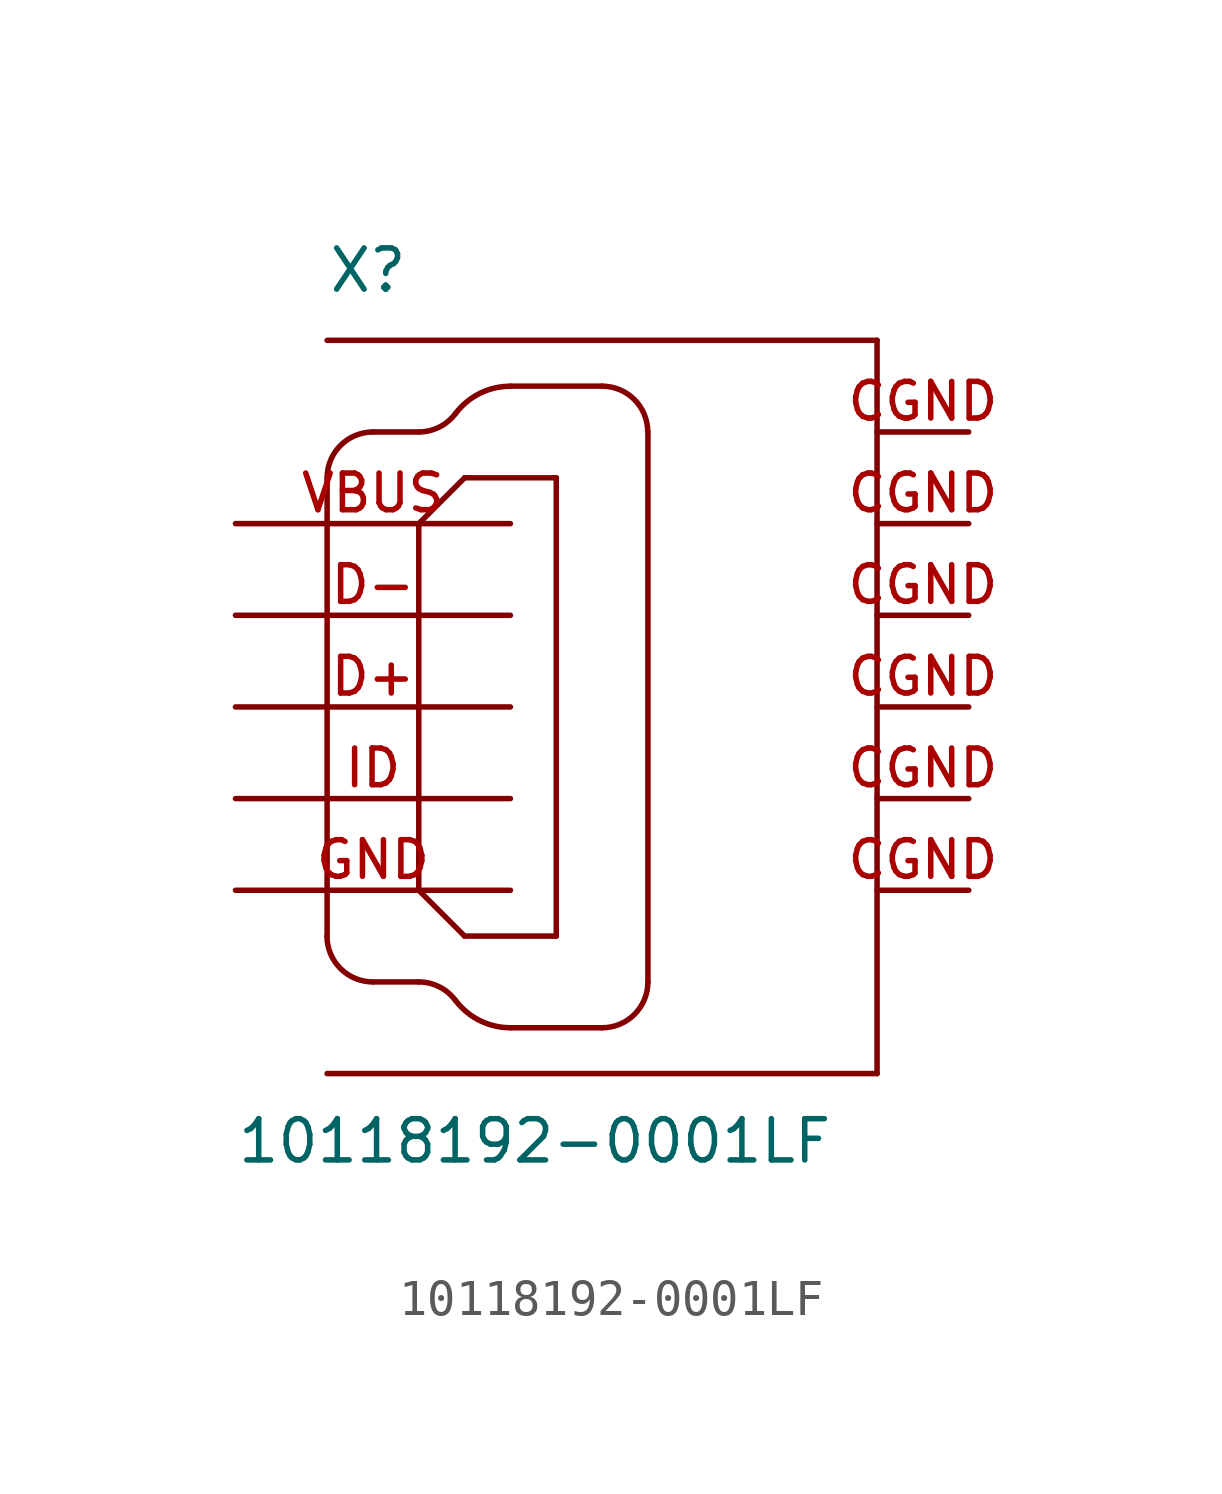
<source format=kicad_sym>
(kicad_symbol_lib
  (version 20211014)
  (generator kicad_symbol_editor)
  (symbol "10118192-0001LF"
    (pin_names
      (offset 1.016) hide)
    (property "Reference" "X"
      (at -5.08 11.43 0)
      (effects (font (size 1.143 1.143)) (justify left bottom)))
    (property "Value" "10118192-0001LF"
      (at -7.62 -12.7 0)
      (effects (font (size 1.143 1.143)) (justify left bottom)))
    (property "ki_locked" ""
      (at 0 0 0)
      (effects (font (size 1.27 1.27))))
    (symbol "10118192-0001LF_1_0"
      (polyline (pts (xy -5.08 6.35) (xy -5.08 -6.35)) (stroke (width 0) (type default) (color 0 0 0 0)) (fill (type none)))
      (polyline (pts (xy -5.08 10.16) (xy 10.16 10.16)) (stroke (width 0) (type default) (color 0 0 0 0)) (fill (type none)))
      (polyline (pts (xy -3.81 -7.62) (xy -2.54 -7.62)) (stroke (width 0) (type default) (color 0 0 0 0)) (fill (type none)))
      (polyline (pts (xy -3.81 7.62) (xy -2.54 7.62)) (stroke (width 0) (type default) (color 0 0 0 0)) (fill (type none)))
      (polyline (pts (xy -2.54 -5.08) (xy -1.27 -6.35)) (stroke (width 0) (type default) (color 0 0 0 0)) (fill (type none)))
      (polyline (pts (xy -2.54 5.08) (xy -2.54 -5.08)) (stroke (width 0) (type default) (color 0 0 0 0)) (fill (type none)))
      (polyline (pts (xy -1.27 -6.35) (xy 1.27 -6.35)) (stroke (width 0) (type default) (color 0 0 0 0)) (fill (type none)))
      (polyline (pts (xy -1.27 6.35) (xy -2.54 5.08)) (stroke (width 0) (type default) (color 0 0 0 0)) (fill (type none)))
      (polyline (pts (xy 0 -8.89) (xy 2.54 -8.89)) (stroke (width 0) (type default) (color 0 0 0 0)) (fill (type none)))
      (polyline (pts (xy 0 8.89) (xy 2.54 8.89)) (stroke (width 0) (type default) (color 0 0 0 0)) (fill (type none)))
      (polyline (pts (xy 1.27 -6.35) (xy 1.27 6.35)) (stroke (width 0) (type default) (color 0 0 0 0)) (fill (type none)))
      (polyline (pts (xy 1.27 6.35) (xy -1.27 6.35)) (stroke (width 0) (type default) (color 0 0 0 0)) (fill (type none)))
      (polyline (pts (xy 3.81 -7.62) (xy 3.81 7.62)) (stroke (width 0) (type default) (color 0 0 0 0)) (fill (type none)))
      (polyline (pts (xy 10.16 -10.16) (xy -5.08 -10.16)) (stroke (width 0) (type default) (color 0 0 0 0)) (fill (type none)))
      (polyline (pts (xy 10.16 10.16) (xy 10.16 -10.16)) (stroke (width 0) (type default) (color 0 0 0 0)) (fill (type none))))
    (symbol "10118192-0001LF_1_1"
      (arc (start -5.08 -6.35) (mid -4.708 -7.248) (end -3.81 -7.62) (stroke (width 0) (type default) (color 0 0 0 0)) (fill (type none)))
      (arc (start -3.81 7.62) (mid -4.708 7.248) (end -5.08 6.35) (stroke (width 0) (type default) (color 0 0 0 0)) (fill (type none)))
      (arc (start -2.54 7.62) (mid -1.972 7.7541) (end -1.524 8.128) (stroke (width 0) (type default) (color 0 0 0 0)) (fill (type none)))
      (arc (start -1.524 -8.128) (mid -1.972 -7.7541) (end -2.54 -7.62) (stroke (width 0) (type default) (color 0 0 0 0)) (fill (type none)))
      (arc (start -1.524 -8.128) (mid -0.8519 -8.6889) (end 0 -8.89) (stroke (width 0) (type default) (color 0 0 0 0)) (fill (type none)))
      (arc (start 0 8.89) (mid -0.8519 8.6889) (end -1.524 8.128) (stroke (width 0) (type default) (color 0 0 0 0)) (fill (type none)))
      (arc (start 2.54 -8.89) (mid 3.438 -8.518) (end 3.81 -7.62) (stroke (width 0) (type default) (color 0 0 0 0)) (fill (type none)))
      (arc (start 3.81 7.62) (mid 3.438 8.518) (end 2.54 8.89) (stroke (width 0) (type default) (color 0 0 0 0)) (fill (type none)))
      (pin bidirectional line (at 12.7 -5.08 180) (length 2.54) (name "SGND1" (effects (font (size 1.016 1.016)))) (number "CGND" (effects (font (size 1.016 1.016)))))
      (pin bidirectional line (at 12.7 -2.54 180) (length 2.54) (name "SGND2" (effects (font (size 1.016 1.016)))) (number "CGND" (effects (font (size 1.016 1.016)))))
      (pin bidirectional line (at 12.7 0 180) (length 2.54) (name "SGND3" (effects (font (size 1.016 1.016)))) (number "CGND" (effects (font (size 1.016 1.016)))))
      (pin bidirectional line (at 12.7 2.54 180) (length 2.54) (name "SGND4" (effects (font (size 1.016 1.016)))) (number "CGND" (effects (font (size 1.016 1.016)))))
      (pin bidirectional line (at 12.7 5.08 180) (length 2.54) (name "SGND5" (effects (font (size 1.016 1.016)))) (number "CGND" (effects (font (size 1.016 1.016)))))
      (pin bidirectional line (at 12.7 7.62 180) (length 2.54) (name "SGND6" (effects (font (size 1.016 1.016)))) (number "CGND" (effects (font (size 1.016 1.016)))))
      (pin input line (at -7.62 0 0) (length 7.62) (name "D+" (effects (font (size 1.016 1.016)))) (number "D+" (effects (font (size 1.016 1.016)))))
      (pin input line (at -7.62 2.54 0) (length 7.62) (name "D-" (effects (font (size 1.016 1.016)))) (number "D-" (effects (font (size 1.016 1.016)))))
      (pin input line (at -7.62 -5.08 0) (length 7.62) (name "GND" (effects (font (size 1.016 1.016)))) (number "GND" (effects (font (size 1.016 1.016)))))
      (pin input line (at -7.62 -2.54 0) (length 7.62) (name "ID" (effects (font (size 1.016 1.016)))) (number "ID" (effects (font (size 1.016 1.016)))))
      (pin input line (at -7.62 5.08 0) (length 7.62) (name "VBUS" (effects (font (size 1.016 1.016)))) (number "VBUS" (effects (font (size 1.016 1.016))))))))
</source>
